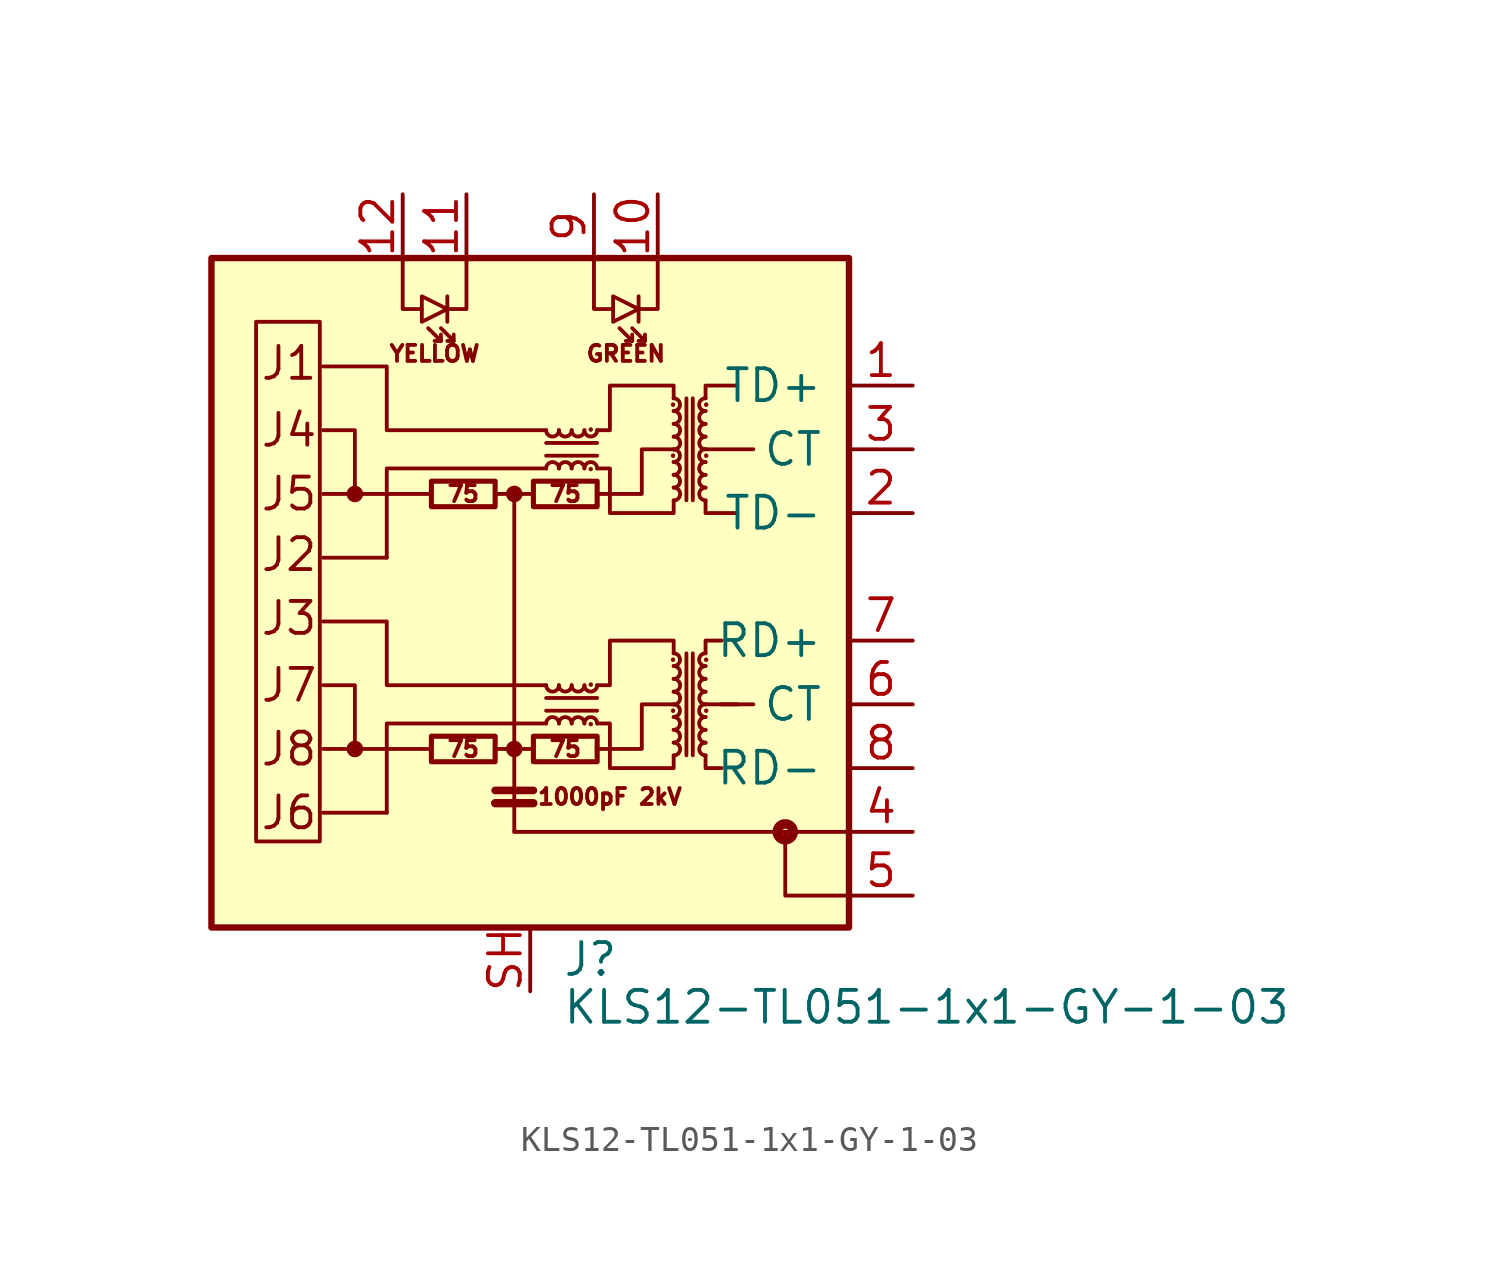
<source format=kicad_sym>
(kicad_symbol_lib
  (version 20231120)
  (generator "kicad_symbol_editor")
  (generator_version "8.0")
  (symbol "KLS12-TL051-1x1-GY-1-03"
    (pin_names
      (offset 1.016))
    (property "Reference" "J"
      (at 1.27 -15.24 0)
      (effects (font (size 1.27 1.27)) (justify left)))
    (property "Value" "KLS12-TL051-1x1-GY-1-03"
      (at 1.27 -17.145 0)
      (effects (font (size 1.27 1.27)) (justify left)))
    (symbol "KLS12-TL051-1x1-GY-1-03_0_1"
      (polyline (pts (xy 7.62 -5.08) (xy 8.89 -5.08)) (stroke (width 0) (type default)) (fill (type none)))
      (polyline (pts (xy 10.16 -10.16) (xy 10.16 -12.7) (xy 12.7 -12.7)) (stroke (width 0) (type default)) (fill (type none)))
      (circle (center 10.16 -10.16) (radius 0.127) (stroke (width 0.381) (type default)) (fill (type none))))
    (symbol "KLS12-TL051-1x1-GY-1-03_1_1"
      (rectangle (start -12.7 12.7) (end 12.7 -13.97) (stroke (width 0.254) (type default)) (fill (type background)))
      (rectangle (start -8.382 -10.541) (end -10.922 10.16) (stroke (width 0) (type default)) (fill (type none)))
      (circle (center -6.985 -6.858) (radius 0.254) (stroke (width 0) (type default)) (fill (type outline)))
      (circle (center -6.985 3.302) (radius 0.254) (stroke (width 0) (type default)) (fill (type outline)))
      (rectangle (start -3.937 -7.366) (end -1.397 -6.35) (stroke (width 0.203) (type default)) (fill (type none)))
      (rectangle (start -3.937 2.794) (end -1.397 3.81) (stroke (width 0.203) (type default)) (fill (type none)))
      (circle (center -0.635 -6.858) (radius 0.254) (stroke (width 0) (type default)) (fill (type outline)))
      (circle (center -0.635 3.302) (radius 0.254) (stroke (width 0) (type default)) (fill (type outline)))
      (polyline (pts (xy -5.715 -9.398) (xy -8.255 -9.398)) (stroke (width 0) (type default)) (fill (type none)))
      (polyline (pts (xy -5.715 0.762) (xy -8.255 0.762)) (stroke (width 0) (type default)) (fill (type none)))
      (polyline (pts (xy -3.937 -6.858) (xy -8.255 -6.858)) (stroke (width 0) (type default)) (fill (type none)))
      (polyline (pts (xy -3.937 3.302) (xy -8.255 3.302)) (stroke (width 0) (type default)) (fill (type none)))
      (polyline (pts (xy -3.556 9.398) (xy -4.064 9.906)) (stroke (width 0) (type default)) (fill (type none)))
      (polyline (pts (xy -3.302 11.176) (xy -3.302 10.16)) (stroke (width 0) (type default)) (fill (type none)))
      (polyline (pts (xy -3.048 9.398) (xy -3.556 9.906)) (stroke (width 0) (type default)) (fill (type none)))
      (polyline (pts (xy -1.397 -9.017) (xy 0.127 -9.017)) (stroke (width 0.33) (type default)) (fill (type none)))
      (polyline (pts (xy -1.397 -8.509) (xy 0.127 -8.509)) (stroke (width 0.305) (type default)) (fill (type none)))
      (polyline (pts (xy -0.635 -10.16) (xy 12.7 -10.16)) (stroke (width 0) (type default)) (fill (type none)))
      (polyline (pts (xy -0.635 3.302) (xy -1.397 3.302)) (stroke (width 0) (type default)) (fill (type none)))
      (polyline (pts (xy 0.127 -6.858) (xy -1.397 -6.858)) (stroke (width 0) (type default)) (fill (type none)))
      (polyline (pts (xy 0.635 -5.334) (xy 2.667 -5.334)) (stroke (width 0) (type default)) (fill (type none)))
      (polyline (pts (xy 0.635 4.826) (xy 2.667 4.826)) (stroke (width 0) (type default)) (fill (type none)))
      (polyline (pts (xy 2.667 -4.826) (xy 0.635 -4.826)) (stroke (width 0) (type default)) (fill (type none)))
      (polyline (pts (xy 2.667 5.334) (xy 0.635 5.334)) (stroke (width 0) (type default)) (fill (type none)))
      (polyline (pts (xy 4.064 9.398) (xy 3.556 9.906)) (stroke (width 0) (type default)) (fill (type none)))
      (polyline (pts (xy 4.318 11.176) (xy 4.318 10.16)) (stroke (width 0) (type default)) (fill (type none)))
      (polyline (pts (xy 4.572 9.398) (xy 4.064 9.906)) (stroke (width 0) (type default)) (fill (type none)))
      (polyline (pts (xy 6.223 -3.048) (xy 6.223 -7.112)) (stroke (width 0) (type default)) (fill (type none)))
      (polyline (pts (xy 6.223 7.112) (xy 6.223 3.048)) (stroke (width 0) (type default)) (fill (type none)))
      (polyline (pts (xy 6.477 -7.112) (xy 6.477 -3.048)) (stroke (width 0) (type default)) (fill (type none)))
      (polyline (pts (xy 6.477 3.048) (xy 6.477 7.112)) (stroke (width 0) (type default)) (fill (type none)))
      (polyline (pts (xy 8.255 -5.08) (xy 6.985 -5.08)) (stroke (width 0) (type default)) (fill (type none)))
      (polyline (pts (xy 8.89 5.08) (xy 6.985 5.08)) (stroke (width 0) (type default)) (fill (type none)))
      (polyline (pts (xy -6.985 -6.858) (xy -6.985 -4.318) (xy -8.255 -4.318)) (stroke (width 0) (type default)) (fill (type none)))
      (polyline (pts (xy -6.985 3.302) (xy -6.985 5.842) (xy -8.255 5.842)) (stroke (width 0) (type default)) (fill (type none)))
      (polyline (pts (xy -5.08 12.7) (xy -5.08 10.668) (xy -4.318 10.668)) (stroke (width 0) (type default)) (fill (type none)))
      (polyline (pts (xy -3.556 9.652) (xy -3.556 9.398) (xy -3.81 9.398)) (stroke (width 0) (type default)) (fill (type none)))
      (polyline (pts (xy -3.048 9.652) (xy -3.048 9.398) (xy -3.302 9.398)) (stroke (width 0) (type default)) (fill (type none)))
      (polyline (pts (xy -2.54 12.7) (xy -2.54 10.668) (xy -3.302 10.668)) (stroke (width 0) (type default)) (fill (type none)))
      (polyline (pts (xy -0.635 -10.16) (xy -0.635 3.302) (xy 0 3.302)) (stroke (width 0) (type default)) (fill (type none)))
      (polyline (pts (xy 0.635 -5.842) (xy -5.715 -5.842) (xy -5.715 -9.398)) (stroke (width 0) (type default)) (fill (type none)))
      (polyline (pts (xy 0.635 4.318) (xy -5.715 4.318) (xy -5.715 0.762)) (stroke (width 0) (type default)) (fill (type none)))
      (polyline (pts (xy 2.54 12.7) (xy 2.54 10.668) (xy 3.302 10.668)) (stroke (width 0) (type default)) (fill (type none)))
      (polyline (pts (xy 4.064 9.652) (xy 4.064 9.398) (xy 3.81 9.398)) (stroke (width 0) (type default)) (fill (type none)))
      (polyline (pts (xy 4.572 9.652) (xy 4.572 9.398) (xy 4.318 9.398)) (stroke (width 0) (type default)) (fill (type none)))
      (polyline (pts (xy 5.08 12.7) (xy 5.08 10.668) (xy 4.318 10.668)) (stroke (width 0) (type default)) (fill (type none)))
      (polyline (pts (xy 6.985 -7.112) (xy 6.985 -7.62) (xy 7.62 -7.62)) (stroke (width 0) (type default)) (fill (type none)))
      (polyline (pts (xy 6.985 -3.048) (xy 6.985 -2.54) (xy 7.62 -2.54)) (stroke (width 0) (type default)) (fill (type none)))
      (polyline (pts (xy 6.985 3.048) (xy 6.985 2.54) (xy 8.255 2.54)) (stroke (width 0) (type default)) (fill (type none)))
      (polyline (pts (xy 6.985 7.112) (xy 6.985 7.62) (xy 8.255 7.62)) (stroke (width 0) (type default)) (fill (type none)))
      (polyline (pts (xy -3.302 10.668) (xy -4.318 11.176) (xy -4.318 10.16) (xy -3.302 10.668)) (stroke (width 0) (type default)) (fill (type none)))
      (polyline (pts (xy 0.635 -4.318) (xy -5.715 -4.318) (xy -5.715 -1.778) (xy -8.255 -1.778)) (stroke (width 0) (type default)) (fill (type none)))
      (polyline (pts (xy 0.635 5.842) (xy -5.715 5.842) (xy -5.715 8.382) (xy -8.255 8.382)) (stroke (width 0) (type default)) (fill (type none)))
      (polyline (pts (xy 2.667 -6.858) (xy 4.445 -6.858) (xy 4.445 -5.08) (xy 5.715 -5.08)) (stroke (width 0) (type default)) (fill (type none)))
      (polyline (pts (xy 2.667 3.302) (xy 4.445 3.302) (xy 4.445 5.08) (xy 5.715 5.08)) (stroke (width 0) (type default)) (fill (type none)))
      (polyline (pts (xy 4.318 10.668) (xy 3.302 11.176) (xy 3.302 10.16) (xy 4.318 10.668)) (stroke (width 0) (type default)) (fill (type none)))
      (polyline (pts (xy 2.667 -4.318) (xy 3.175 -4.318) (xy 3.175 -2.54) (xy 5.715 -2.54) (xy 5.715 -3.048)) (stroke (width 0) (type default)) (fill (type none)))
      (polyline (pts (xy 2.667 5.842) (xy 3.175 5.842) (xy 3.175 7.62) (xy 5.715 7.62) (xy 5.715 7.112)) (stroke (width 0) (type default)) (fill (type none)))
      (polyline (pts (xy 5.715 -7.112) (xy 5.715 -7.62) (xy 3.175 -7.62) (xy 3.175 -5.842) (xy 2.667 -5.842)) (stroke (width 0) (type default)) (fill (type none)))
      (polyline (pts (xy 5.715 3.048) (xy 5.715 2.54) (xy 3.175 2.54) (xy 3.175 4.318) (xy 2.667 4.318)) (stroke (width 0) (type default)) (fill (type none)))
      (rectangle (start 0.127 -7.366) (end 2.667 -6.35) (stroke (width 0.203) (type default)) (fill (type none)))
      (rectangle (start 0.127 2.794) (end 2.667 3.81) (stroke (width 0.203) (type default)) (fill (type none)))
      (arc (start 0.635 -4.318) (mid 0.889 -4.5709) (end 1.143 -4.318) (stroke (width 0) (type default)) (fill (type none)))
      (arc (start 0.635 5.842) (mid 0.889 5.5891) (end 1.143 5.842) (stroke (width 0) (type default)) (fill (type none)))
      (arc (start 1.143 -5.842) (mid 0.889 -5.5891) (end 0.635 -5.842) (stroke (width 0) (type default)) (fill (type none)))
      (arc (start 1.143 -4.318) (mid 1.397 -4.5709) (end 1.651 -4.318) (stroke (width 0) (type default)) (fill (type none)))
      (arc (start 1.143 4.318) (mid 0.889 4.5709) (end 0.635 4.318) (stroke (width 0) (type default)) (fill (type none)))
      (arc (start 1.143 5.842) (mid 1.397 5.5891) (end 1.651 5.842) (stroke (width 0) (type default)) (fill (type none)))
      (arc (start 1.651 -5.842) (mid 1.397 -5.5891) (end 1.143 -5.842) (stroke (width 0) (type default)) (fill (type none)))
      (arc (start 1.651 -4.318) (mid 1.905 -4.5709) (end 2.159 -4.318) (stroke (width 0) (type default)) (fill (type none)))
      (arc (start 1.651 4.318) (mid 1.397 4.5709) (end 1.143 4.318) (stroke (width 0) (type default)) (fill (type none)))
      (arc (start 1.651 5.842) (mid 1.905 5.5891) (end 2.159 5.842) (stroke (width 0) (type default)) (fill (type none)))
      (arc (start 2.159 -5.842) (mid 1.905 -5.5891) (end 1.651 -5.842) (stroke (width 0) (type default)) (fill (type none)))
      (arc (start 2.159 -4.318) (mid 2.413 -4.5709) (end 2.667 -4.318) (stroke (width 0) (type default)) (fill (type none)))
      (arc (start 2.159 4.318) (mid 1.905 4.5709) (end 1.651 4.318) (stroke (width 0) (type default)) (fill (type none)))
      (arc (start 2.159 5.842) (mid 2.413 5.5891) (end 2.667 5.842) (stroke (width 0) (type default)) (fill (type none)))
      (circle (center 2.413 -5.867) (radius 0.076) (stroke (width 0.025) (type default)) (fill (type outline)))
      (circle (center 2.413 -4.293) (radius 0.076) (stroke (width 0.025) (type default)) (fill (type outline)))
      (circle (center 2.413 4.293) (radius 0.076) (stroke (width 0.025) (type default)) (fill (type outline)))
      (circle (center 2.413 5.867) (radius 0.076) (stroke (width 0.025) (type default)) (fill (type outline)))
      (arc (start 2.667 -5.842) (mid 2.413 -5.5891) (end 2.159 -5.842) (stroke (width 0) (type default)) (fill (type none)))
      (arc (start 2.667 4.318) (mid 2.413 4.5709) (end 2.159 4.318) (stroke (width 0) (type default)) (fill (type none)))
      (circle (center 5.69 -5.334) (radius 0.076) (stroke (width 0.025) (type default)) (fill (type outline)))
      (circle (center 5.69 -3.302) (radius 0.076) (stroke (width 0.025) (type default)) (fill (type outline)))
      (circle (center 5.69 4.826) (radius 0.076) (stroke (width 0.025) (type default)) (fill (type outline)))
      (circle (center 5.69 6.858) (radius 0.076) (stroke (width 0.025) (type default)) (fill (type outline)))
      (arc (start 5.715 -7.112) (mid 5.9679 -6.858) (end 5.715 -6.604) (stroke (width 0) (type default)) (fill (type none)))
      (arc (start 5.715 -6.604) (mid 5.9679 -6.35) (end 5.715 -6.096) (stroke (width 0) (type default)) (fill (type none)))
      (arc (start 5.715 -6.096) (mid 5.9679 -5.842) (end 5.715 -5.588) (stroke (width 0) (type default)) (fill (type none)))
      (arc (start 5.715 -5.588) (mid 5.9679 -5.334) (end 5.715 -5.08) (stroke (width 0) (type default)) (fill (type none)))
      (arc (start 5.715 -5.08) (mid 5.9679 -4.826) (end 5.715 -4.572) (stroke (width 0) (type default)) (fill (type none)))
      (arc (start 5.715 -4.572) (mid 5.9679 -4.318) (end 5.715 -4.064) (stroke (width 0) (type default)) (fill (type none)))
      (arc (start 5.715 -4.064) (mid 5.9679 -3.81) (end 5.715 -3.556) (stroke (width 0) (type default)) (fill (type none)))
      (arc (start 5.715 -3.556) (mid 5.9679 -3.302) (end 5.715 -3.048) (stroke (width 0) (type default)) (fill (type none)))
      (arc (start 5.715 3.048) (mid 5.9679 3.302) (end 5.715 3.556) (stroke (width 0) (type default)) (fill (type none)))
      (arc (start 5.715 3.556) (mid 5.9679 3.81) (end 5.715 4.064) (stroke (width 0) (type default)) (fill (type none)))
      (arc (start 5.715 4.064) (mid 5.9679 4.318) (end 5.715 4.572) (stroke (width 0) (type default)) (fill (type none)))
      (arc (start 5.715 4.572) (mid 5.9679 4.826) (end 5.715 5.08) (stroke (width 0) (type default)) (fill (type none)))
      (arc (start 5.715 5.08) (mid 5.9679 5.334) (end 5.715 5.588) (stroke (width 0) (type default)) (fill (type none)))
      (arc (start 5.715 5.588) (mid 5.9679 5.842) (end 5.715 6.096) (stroke (width 0) (type default)) (fill (type none)))
      (arc (start 5.715 6.096) (mid 5.9679 6.35) (end 5.715 6.604) (stroke (width 0) (type default)) (fill (type none)))
      (arc (start 5.715 6.604) (mid 5.9679 6.858) (end 5.715 7.112) (stroke (width 0) (type default)) (fill (type none)))
      (arc (start 6.985 -6.604) (mid 6.7321 -6.858) (end 6.985 -7.112) (stroke (width 0) (type default)) (fill (type none)))
      (arc (start 6.985 -6.096) (mid 6.7321 -6.35) (end 6.985 -6.604) (stroke (width 0) (type default)) (fill (type none)))
      (arc (start 6.985 -5.588) (mid 6.7321 -5.842) (end 6.985 -6.096) (stroke (width 0) (type default)) (fill (type none)))
      (arc (start 6.985 -5.08) (mid 6.7321 -5.334) (end 6.985 -5.588) (stroke (width 0) (type default)) (fill (type none)))
      (arc (start 6.985 -4.572) (mid 6.7321 -4.826) (end 6.985 -5.08) (stroke (width 0) (type default)) (fill (type none)))
      (arc (start 6.985 -4.064) (mid 6.7321 -4.318) (end 6.985 -4.572) (stroke (width 0) (type default)) (fill (type none)))
      (arc (start 6.985 -3.556) (mid 6.7321 -3.81) (end 6.985 -4.064) (stroke (width 0) (type default)) (fill (type none)))
      (arc (start 6.985 -3.048) (mid 6.7321 -3.302) (end 6.985 -3.556) (stroke (width 0) (type default)) (fill (type none)))
      (arc (start 6.985 3.556) (mid 6.7321 3.302) (end 6.985 3.048) (stroke (width 0) (type default)) (fill (type none)))
      (arc (start 6.985 4.064) (mid 6.7321 3.81) (end 6.985 3.556) (stroke (width 0) (type default)) (fill (type none)))
      (arc (start 6.985 4.572) (mid 6.7321 4.318) (end 6.985 4.064) (stroke (width 0) (type default)) (fill (type none)))
      (arc (start 6.985 5.08) (mid 6.7321 4.826) (end 6.985 4.572) (stroke (width 0) (type default)) (fill (type none)))
      (arc (start 6.985 5.588) (mid 6.7321 5.334) (end 6.985 5.08) (stroke (width 0) (type default)) (fill (type none)))
      (arc (start 6.985 6.096) (mid 6.7321 5.842) (end 6.985 5.588) (stroke (width 0) (type default)) (fill (type none)))
      (arc (start 6.985 6.604) (mid 6.7321 6.35) (end 6.985 6.096) (stroke (width 0) (type default)) (fill (type none)))
      (arc (start 6.985 7.112) (mid 6.7321 6.858) (end 6.985 6.604) (stroke (width 0) (type default)) (fill (type none)))
      (circle (center 7.01 -5.334) (radius 0.076) (stroke (width 0.025) (type default)) (fill (type outline)))
      (circle (center 7.01 -3.302) (radius 0.076) (stroke (width 0.025) (type default)) (fill (type outline)))
      (circle (center 7.01 4.826) (radius 0.076) (stroke (width 0.025) (type default)) (fill (type outline)))
      (circle (center 7.01 6.858) (radius 0.076) (stroke (width 0.025) (type default)) (fill (type outline)))
      (text "1000pF 2kV" (at 3.175 -8.763 0) (effects (font (size 0.635 0.635))))
      (text "75" (at -2.667 -6.858 0) (effects (font (size 0.635 0.635))))
      (text "75" (at -2.667 3.302 0) (effects (font (size 0.635 0.635))))
      (text "75" (at 1.397 -6.858 0) (effects (font (size 0.635 0.635))))
      (text "75" (at 1.397 3.302 0) (effects (font (size 0.635 0.635))))
      (text "GREEN" (at 3.81 8.89 0) (effects (font (size 0.635 0.635))))
      (text "J1" (at -10.795 8.509 0) (effects (font (size 1.27 1.27)) (justify left)))
      (text "J2" (at -10.795 0.889 0) (effects (font (size 1.27 1.27)) (justify left)))
      (text "J3" (at -10.795 -1.651 0) (effects (font (size 1.27 1.27)) (justify left)))
      (text "J4" (at -10.795 5.842 0) (effects (font (size 1.27 1.27)) (justify left)))
      (text "J5" (at -10.795 3.302 0) (effects (font (size 1.27 1.27)) (justify left)))
      (text "J6" (at -10.795 -9.398 0) (effects (font (size 1.27 1.27)) (justify left)))
      (text "J7" (at -10.795 -4.318 0) (effects (font (size 1.27 1.27)) (justify left)))
      (text "J8" (at -10.795 -6.858 0) (effects (font (size 1.27 1.27)) (justify left)))
      (text "YELLOW" (at -3.81 8.89 0) (effects (font (size 0.635 0.635))))
      (pin passive line (at 15.24 7.62 180) (length 2.54) (name "TD+" (effects (font (size 1.27 1.27)))) (number "1" (effects (font (size 1.27 1.27)))))
      (pin passive line (at 5.08 15.24 270) (length 2.54) (name "~" (effects (font (size 1.27 1.27)))) (number "10" (effects (font (size 1.27 1.27)))))
      (pin passive line (at -2.54 15.24 270) (length 2.54) (name "~" (effects (font (size 1.27 1.27)))) (number "11" (effects (font (size 1.27 1.27)))))
      (pin passive line (at -5.08 15.24 270) (length 2.54) (name "~" (effects (font (size 1.27 1.27)))) (number "12" (effects (font (size 1.27 1.27)))))
      (pin passive line (at 15.24 2.54 180) (length 2.54) (name "TD-" (effects (font (size 1.27 1.27)))) (number "2" (effects (font (size 1.27 1.27)))))
      (pin passive line (at 15.24 5.08 180) (length 2.54) (name "CT" (effects (font (size 1.27 1.27)))) (number "3" (effects (font (size 1.27 1.27)))))
      (pin passive line (at 15.24 -10.16 180) (length 2.54) (name "~" (effects (font (size 1.27 1.27)))) (number "4" (effects (font (size 1.27 1.27)))))
      (pin passive line (at 15.24 -12.7 180) (length 2.54) (name "~" (effects (font (size 1.27 1.27)))) (number "5" (effects (font (size 1.27 1.27)))))
      (pin passive line (at 15.24 -5.08 180) (length 2.54) (name "CT" (effects (font (size 1.27 1.27)))) (number "6" (effects (font (size 1.27 1.27)))))
      (pin passive line (at 15.24 -2.54 180) (length 2.54) (name "RD+" (effects (font (size 1.27 1.27)))) (number "7" (effects (font (size 1.27 1.27)))))
      (pin passive line (at 15.24 -7.62 180) (length 2.54) (name "RD-" (effects (font (size 1.27 1.27)))) (number "8" (effects (font (size 1.27 1.27)))))
      (pin passive line (at 2.54 15.24 270) (length 2.54) (name "~" (effects (font (size 1.27 1.27)))) (number "9" (effects (font (size 1.27 1.27)))))
      (pin passive line (at 0 -16.51 90) (length 2.54) (name "~" (effects (font (size 1.27 1.27)))) (number "SH" (effects (font (size 1.27 1.27))))))))
</source>
